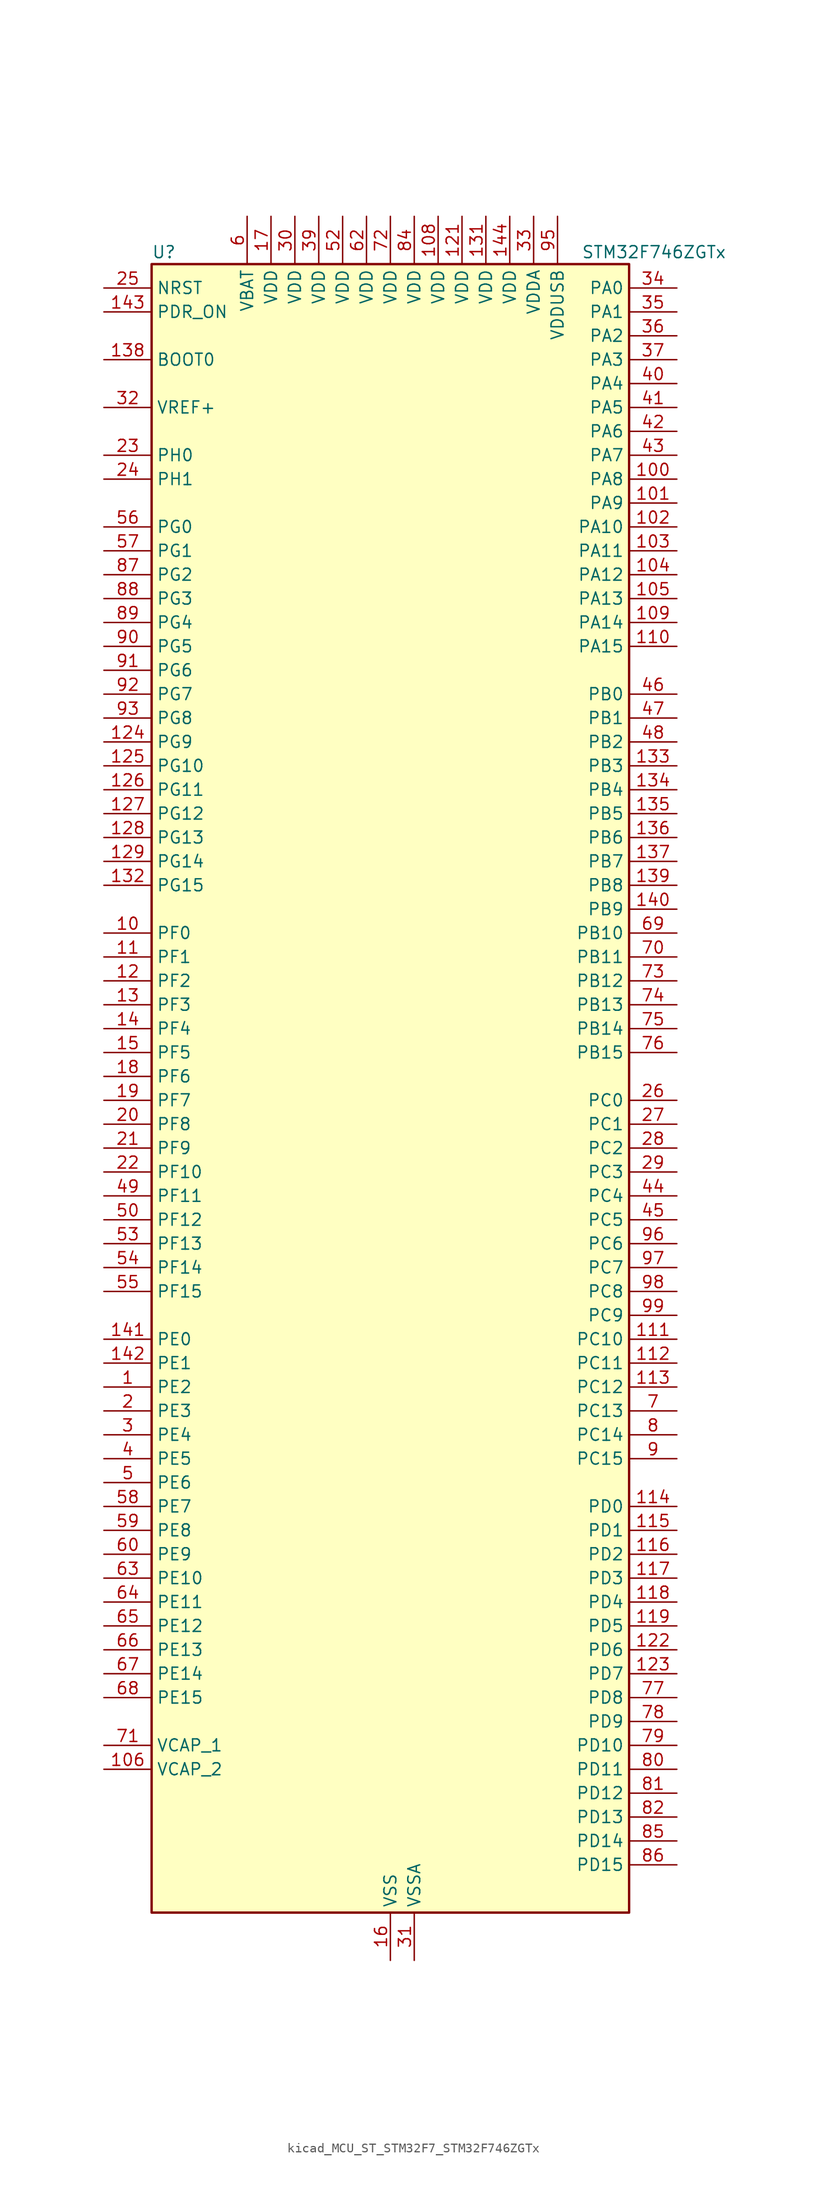
<source format=kicad_sym>
(kicad_symbol_lib
  (version 20220914)
  (generator kicad_symbol_editor)
  (symbol "kicad_MCU_ST_STM32F7_STM32F746ZGTx"
    (property "Reference" "U"
      (at -25.4 90.17 0)
      (effects (font (size 1.27 1.27)) (justify left)))
    (property "Value" "STM32F746ZGTx"
      (at 20.32 90.17 0)
      (effects (font (size 1.27 1.27)) (justify left)))
    (property "ki_locked" ""
      (at 0 0 0)
      (effects (font (size 1.27 1.27))))
    (symbol "kicad_MCU_ST_STM32F7_STM32F746ZGTx_0_1"
      (rectangle (start -25.4 -86.36) (end 25.4 88.9) (stroke (width 0.254) (type default)) (fill (type background))))
    (symbol "kicad_MCU_ST_STM32F7_STM32F746ZGTx_1_1"
      (pin bidirectional line (at -30.48 -30.48 0) (length 5.08) (name "PE2" (effects (font (size 1.27 1.27)))) (number "1" (effects (font (size 1.27 1.27)))) (alternate "ETH_TXD3" bidirectional line) (alternate "FMC_A23" bidirectional line) (alternate "QUADSPI_BK1_IO2" bidirectional line) (alternate "SAI1_MCLK_A" bidirectional line) (alternate "SPI4_SCK" bidirectional line) (alternate "SYS_TRACECLK" bidirectional line))
      (pin bidirectional line (at -30.48 17.78 0) (length 5.08) (name "PF0" (effects (font (size 1.27 1.27)))) (number "10" (effects (font (size 1.27 1.27)))) (alternate "FMC_A0" bidirectional line) (alternate "I2C2_SDA" bidirectional line))
      (pin bidirectional line (at 30.48 66.04 180) (length 5.08) (name "PA8" (effects (font (size 1.27 1.27)))) (number "100" (effects (font (size 1.27 1.27)))) (alternate "I2C3_SCL" bidirectional line) (alternate "LTDC_R6" bidirectional line) (alternate "RCC_MCO_1" bidirectional line) (alternate "TIM1_CH1" bidirectional line) (alternate "TIM8_BKIN2" bidirectional line) (alternate "USART1_CK" bidirectional line) (alternate "USB_OTG_FS_SOF" bidirectional line))
      (pin bidirectional line (at 30.48 63.5 180) (length 5.08) (name "PA9" (effects (font (size 1.27 1.27)))) (number "101" (effects (font (size 1.27 1.27)))) (alternate "DAC_EXTI9" bidirectional line) (alternate "DCMI_D0" bidirectional line) (alternate "I2C3_SMBA" bidirectional line) (alternate "I2S2_CK" bidirectional line) (alternate "SPI2_SCK" bidirectional line) (alternate "TIM1_CH2" bidirectional line) (alternate "USART1_TX" bidirectional line) (alternate "USB_OTG_FS_VBUS" bidirectional line))
      (pin bidirectional line (at 30.48 60.96 180) (length 5.08) (name "PA10" (effects (font (size 1.27 1.27)))) (number "102" (effects (font (size 1.27 1.27)))) (alternate "DCMI_D1" bidirectional line) (alternate "TIM1_CH3" bidirectional line) (alternate "USART1_RX" bidirectional line) (alternate "USB_OTG_FS_ID" bidirectional line))
      (pin bidirectional line (at 30.48 58.42 180) (length 5.08) (name "PA11" (effects (font (size 1.27 1.27)))) (number "103" (effects (font (size 1.27 1.27)))) (alternate "ADC1_EXTI11" bidirectional line) (alternate "ADC2_EXTI11" bidirectional line) (alternate "ADC3_EXTI11" bidirectional line) (alternate "CAN1_RX" bidirectional line) (alternate "LTDC_R4" bidirectional line) (alternate "TIM1_CH4" bidirectional line) (alternate "USART1_CTS" bidirectional line) (alternate "USB_OTG_FS_DM" bidirectional line))
      (pin bidirectional line (at 30.48 55.88 180) (length 5.08) (name "PA12" (effects (font (size 1.27 1.27)))) (number "104" (effects (font (size 1.27 1.27)))) (alternate "CAN1_TX" bidirectional line) (alternate "LTDC_R5" bidirectional line) (alternate "SAI2_FS_B" bidirectional line) (alternate "TIM1_ETR" bidirectional line) (alternate "USART1_DE" bidirectional line) (alternate "USART1_RTS" bidirectional line) (alternate "USB_OTG_FS_DP" bidirectional line))
      (pin bidirectional line (at 30.48 53.34 180) (length 5.08) (name "PA13" (effects (font (size 1.27 1.27)))) (number "105" (effects (font (size 1.27 1.27)))) (alternate "SYS_JTMS-SWDIO" bidirectional line))
      (pin power_out line (at -30.48 -71.12 0) (length 5.08) (name "VCAP_2" (effects (font (size 1.27 1.27)))) (number "106" (effects (font (size 1.27 1.27)))))
      (pin passive line (at 0 -91.44 90) (length 5.08) hide (name "VSS" (effects (font (size 1.27 1.27)))) (number "107" (effects (font (size 1.27 1.27)))))
      (pin power_in line (at 5.08 93.98 270) (length 5.08) (name "VDD" (effects (font (size 1.27 1.27)))) (number "108" (effects (font (size 1.27 1.27)))))
      (pin bidirectional line (at 30.48 50.8 180) (length 5.08) (name "PA14" (effects (font (size 1.27 1.27)))) (number "109" (effects (font (size 1.27 1.27)))) (alternate "SYS_JTCK-SWCLK" bidirectional line))
      (pin bidirectional line (at -30.48 15.24 0) (length 5.08) (name "PF1" (effects (font (size 1.27 1.27)))) (number "11" (effects (font (size 1.27 1.27)))) (alternate "FMC_A1" bidirectional line) (alternate "I2C2_SCL" bidirectional line))
      (pin bidirectional line (at 30.48 48.26 180) (length 5.08) (name "PA15" (effects (font (size 1.27 1.27)))) (number "110" (effects (font (size 1.27 1.27)))) (alternate "CEC" bidirectional line) (alternate "I2S1_WS" bidirectional line) (alternate "I2S3_WS" bidirectional line) (alternate "SPI1_NSS" bidirectional line) (alternate "SPI3_NSS" bidirectional line) (alternate "SYS_JTDI" bidirectional line) (alternate "TIM2_CH1" bidirectional line) (alternate "TIM2_ETR" bidirectional line) (alternate "UART4_DE" bidirectional line) (alternate "UART4_RTS" bidirectional line))
      (pin bidirectional line (at 30.48 -25.4 180) (length 5.08) (name "PC10" (effects (font (size 1.27 1.27)))) (number "111" (effects (font (size 1.27 1.27)))) (alternate "DCMI_D8" bidirectional line) (alternate "I2S3_CK" bidirectional line) (alternate "LTDC_R2" bidirectional line) (alternate "QUADSPI_BK1_IO1" bidirectional line) (alternate "SDMMC1_D2" bidirectional line) (alternate "SPI3_SCK" bidirectional line) (alternate "UART4_TX" bidirectional line) (alternate "USART3_TX" bidirectional line))
      (pin bidirectional line (at 30.48 -27.94 180) (length 5.08) (name "PC11" (effects (font (size 1.27 1.27)))) (number "112" (effects (font (size 1.27 1.27)))) (alternate "ADC1_EXTI11" bidirectional line) (alternate "ADC2_EXTI11" bidirectional line) (alternate "ADC3_EXTI11" bidirectional line) (alternate "DCMI_D4" bidirectional line) (alternate "QUADSPI_BK2_NCS" bidirectional line) (alternate "SDMMC1_D3" bidirectional line) (alternate "SPI3_MISO" bidirectional line) (alternate "UART4_RX" bidirectional line) (alternate "USART3_RX" bidirectional line))
      (pin bidirectional line (at 30.48 -30.48 180) (length 5.08) (name "PC12" (effects (font (size 1.27 1.27)))) (number "113" (effects (font (size 1.27 1.27)))) (alternate "DCMI_D9" bidirectional line) (alternate "I2S3_SD" bidirectional line) (alternate "SDMMC1_CK" bidirectional line) (alternate "SPI3_MOSI" bidirectional line) (alternate "SYS_TRACED3" bidirectional line) (alternate "UART5_TX" bidirectional line) (alternate "USART3_CK" bidirectional line))
      (pin bidirectional line (at 30.48 -43.18 180) (length 5.08) (name "PD0" (effects (font (size 1.27 1.27)))) (number "114" (effects (font (size 1.27 1.27)))) (alternate "CAN1_RX" bidirectional line) (alternate "FMC_D2" bidirectional line) (alternate "FMC_DA2" bidirectional line))
      (pin bidirectional line (at 30.48 -45.72 180) (length 5.08) (name "PD1" (effects (font (size 1.27 1.27)))) (number "115" (effects (font (size 1.27 1.27)))) (alternate "CAN1_TX" bidirectional line) (alternate "FMC_D3" bidirectional line) (alternate "FMC_DA3" bidirectional line))
      (pin bidirectional line (at 30.48 -48.26 180) (length 5.08) (name "PD2" (effects (font (size 1.27 1.27)))) (number "116" (effects (font (size 1.27 1.27)))) (alternate "DCMI_D11" bidirectional line) (alternate "SDMMC1_CMD" bidirectional line) (alternate "SYS_TRACED2" bidirectional line) (alternate "TIM3_ETR" bidirectional line) (alternate "UART5_RX" bidirectional line))
      (pin bidirectional line (at 30.48 -50.8 180) (length 5.08) (name "PD3" (effects (font (size 1.27 1.27)))) (number "117" (effects (font (size 1.27 1.27)))) (alternate "DCMI_D5" bidirectional line) (alternate "FMC_CLK" bidirectional line) (alternate "I2S2_CK" bidirectional line) (alternate "LTDC_G7" bidirectional line) (alternate "SPI2_SCK" bidirectional line) (alternate "USART2_CTS" bidirectional line))
      (pin bidirectional line (at 30.48 -53.34 180) (length 5.08) (name "PD4" (effects (font (size 1.27 1.27)))) (number "118" (effects (font (size 1.27 1.27)))) (alternate "FMC_NOE" bidirectional line) (alternate "USART2_DE" bidirectional line) (alternate "USART2_RTS" bidirectional line))
      (pin bidirectional line (at 30.48 -55.88 180) (length 5.08) (name "PD5" (effects (font (size 1.27 1.27)))) (number "119" (effects (font (size 1.27 1.27)))) (alternate "FMC_NWE" bidirectional line) (alternate "USART2_TX" bidirectional line))
      (pin bidirectional line (at -30.48 12.7 0) (length 5.08) (name "PF2" (effects (font (size 1.27 1.27)))) (number "12" (effects (font (size 1.27 1.27)))) (alternate "FMC_A2" bidirectional line) (alternate "I2C2_SMBA" bidirectional line))
      (pin passive line (at 0 -91.44 90) (length 5.08) hide (name "VSS" (effects (font (size 1.27 1.27)))) (number "120" (effects (font (size 1.27 1.27)))))
      (pin power_in line (at 7.62 93.98 270) (length 5.08) (name "VDD" (effects (font (size 1.27 1.27)))) (number "121" (effects (font (size 1.27 1.27)))))
      (pin bidirectional line (at 30.48 -58.42 180) (length 5.08) (name "PD6" (effects (font (size 1.27 1.27)))) (number "122" (effects (font (size 1.27 1.27)))) (alternate "DCMI_D10" bidirectional line) (alternate "FMC_NWAIT" bidirectional line) (alternate "I2S3_SD" bidirectional line) (alternate "LTDC_B2" bidirectional line) (alternate "SAI1_SD_A" bidirectional line) (alternate "SPI3_MOSI" bidirectional line) (alternate "USART2_RX" bidirectional line))
      (pin bidirectional line (at 30.48 -60.96 180) (length 5.08) (name "PD7" (effects (font (size 1.27 1.27)))) (number "123" (effects (font (size 1.27 1.27)))) (alternate "FMC_NE1" bidirectional line) (alternate "SPDIFRX_IN0" bidirectional line) (alternate "USART2_CK" bidirectional line))
      (pin bidirectional line (at -30.48 38.1 0) (length 5.08) (name "PG9" (effects (font (size 1.27 1.27)))) (number "124" (effects (font (size 1.27 1.27)))) (alternate "DAC_EXTI9" bidirectional line) (alternate "DCMI_VSYNC" bidirectional line) (alternate "FMC_NCE" bidirectional line) (alternate "FMC_NE2" bidirectional line) (alternate "QUADSPI_BK2_IO2" bidirectional line) (alternate "SAI2_FS_B" bidirectional line) (alternate "SPDIFRX_IN3" bidirectional line) (alternate "USART6_RX" bidirectional line))
      (pin bidirectional line (at -30.48 35.56 0) (length 5.08) (name "PG10" (effects (font (size 1.27 1.27)))) (number "125" (effects (font (size 1.27 1.27)))) (alternate "DCMI_D2" bidirectional line) (alternate "FMC_NE3" bidirectional line) (alternate "LTDC_B2" bidirectional line) (alternate "LTDC_G3" bidirectional line) (alternate "SAI2_SD_B" bidirectional line))
      (pin bidirectional line (at -30.48 33.02 0) (length 5.08) (name "PG11" (effects (font (size 1.27 1.27)))) (number "126" (effects (font (size 1.27 1.27)))) (alternate "ADC1_EXTI11" bidirectional line) (alternate "ADC2_EXTI11" bidirectional line) (alternate "ADC3_EXTI11" bidirectional line) (alternate "DCMI_D3" bidirectional line) (alternate "ETH_TX_EN" bidirectional line) (alternate "LTDC_B3" bidirectional line) (alternate "SPDIFRX_IN0" bidirectional line))
      (pin bidirectional line (at -30.48 30.48 0) (length 5.08) (name "PG12" (effects (font (size 1.27 1.27)))) (number "127" (effects (font (size 1.27 1.27)))) (alternate "FMC_NE4" bidirectional line) (alternate "LPTIM1_IN1" bidirectional line) (alternate "LTDC_B1" bidirectional line) (alternate "LTDC_B4" bidirectional line) (alternate "SPDIFRX_IN1" bidirectional line) (alternate "SPI6_MISO" bidirectional line) (alternate "USART6_DE" bidirectional line) (alternate "USART6_RTS" bidirectional line))
      (pin bidirectional line (at -30.48 27.94 0) (length 5.08) (name "PG13" (effects (font (size 1.27 1.27)))) (number "128" (effects (font (size 1.27 1.27)))) (alternate "ETH_TXD0" bidirectional line) (alternate "FMC_A24" bidirectional line) (alternate "LPTIM1_OUT" bidirectional line) (alternate "LTDC_R0" bidirectional line) (alternate "SPI6_SCK" bidirectional line) (alternate "SYS_TRACED0" bidirectional line) (alternate "USART6_CTS" bidirectional line))
      (pin bidirectional line (at -30.48 25.4 0) (length 5.08) (name "PG14" (effects (font (size 1.27 1.27)))) (number "129" (effects (font (size 1.27 1.27)))) (alternate "ETH_TXD1" bidirectional line) (alternate "FMC_A25" bidirectional line) (alternate "LPTIM1_ETR" bidirectional line) (alternate "LTDC_B0" bidirectional line) (alternate "QUADSPI_BK2_IO3" bidirectional line) (alternate "SPI6_MOSI" bidirectional line) (alternate "SYS_TRACED1" bidirectional line) (alternate "USART6_TX" bidirectional line))
      (pin bidirectional line (at -30.48 10.16 0) (length 5.08) (name "PF3" (effects (font (size 1.27 1.27)))) (number "13" (effects (font (size 1.27 1.27)))) (alternate "ADC3_IN9" bidirectional line) (alternate "FMC_A3" bidirectional line))
      (pin passive line (at 0 -91.44 90) (length 5.08) hide (name "VSS" (effects (font (size 1.27 1.27)))) (number "130" (effects (font (size 1.27 1.27)))))
      (pin power_in line (at 10.16 93.98 270) (length 5.08) (name "VDD" (effects (font (size 1.27 1.27)))) (number "131" (effects (font (size 1.27 1.27)))))
      (pin bidirectional line (at -30.48 22.86 0) (length 5.08) (name "PG15" (effects (font (size 1.27 1.27)))) (number "132" (effects (font (size 1.27 1.27)))) (alternate "DCMI_D13" bidirectional line) (alternate "FMC_SDNCAS" bidirectional line) (alternate "USART6_CTS" bidirectional line))
      (pin bidirectional line (at 30.48 35.56 180) (length 5.08) (name "PB3" (effects (font (size 1.27 1.27)))) (number "133" (effects (font (size 1.27 1.27)))) (alternate "I2S1_CK" bidirectional line) (alternate "I2S3_CK" bidirectional line) (alternate "SPI1_SCK" bidirectional line) (alternate "SPI3_SCK" bidirectional line) (alternate "SYS_JTDO-SWO" bidirectional line) (alternate "TIM2_CH2" bidirectional line))
      (pin bidirectional line (at 30.48 33.02 180) (length 5.08) (name "PB4" (effects (font (size 1.27 1.27)))) (number "134" (effects (font (size 1.27 1.27)))) (alternate "I2S2_WS" bidirectional line) (alternate "SPI1_MISO" bidirectional line) (alternate "SPI2_NSS" bidirectional line) (alternate "SPI3_MISO" bidirectional line) (alternate "SYS_JTRST" bidirectional line) (alternate "TIM3_CH1" bidirectional line))
      (pin bidirectional line (at 30.48 30.48 180) (length 5.08) (name "PB5" (effects (font (size 1.27 1.27)))) (number "135" (effects (font (size 1.27 1.27)))) (alternate "CAN2_RX" bidirectional line) (alternate "DCMI_D10" bidirectional line) (alternate "ETH_PPS_OUT" bidirectional line) (alternate "FMC_SDCKE1" bidirectional line) (alternate "I2C1_SMBA" bidirectional line) (alternate "I2S1_SD" bidirectional line) (alternate "I2S3_SD" bidirectional line) (alternate "SPI1_MOSI" bidirectional line) (alternate "SPI3_MOSI" bidirectional line) (alternate "TIM3_CH2" bidirectional line) (alternate "USB_OTG_HS_ULPI_D7" bidirectional line))
      (pin bidirectional line (at 30.48 27.94 180) (length 5.08) (name "PB6" (effects (font (size 1.27 1.27)))) (number "136" (effects (font (size 1.27 1.27)))) (alternate "CAN2_TX" bidirectional line) (alternate "CEC" bidirectional line) (alternate "DCMI_D5" bidirectional line) (alternate "FMC_SDNE1" bidirectional line) (alternate "I2C1_SCL" bidirectional line) (alternate "QUADSPI_BK1_NCS" bidirectional line) (alternate "TIM4_CH1" bidirectional line) (alternate "USART1_TX" bidirectional line))
      (pin bidirectional line (at 30.48 25.4 180) (length 5.08) (name "PB7" (effects (font (size 1.27 1.27)))) (number "137" (effects (font (size 1.27 1.27)))) (alternate "DCMI_VSYNC" bidirectional line) (alternate "FMC_NL" bidirectional line) (alternate "I2C1_SDA" bidirectional line) (alternate "TIM4_CH2" bidirectional line) (alternate "USART1_RX" bidirectional line))
      (pin input line (at -30.48 78.74 0) (length 5.08) (name "BOOT0" (effects (font (size 1.27 1.27)))) (number "138" (effects (font (size 1.27 1.27)))))
      (pin bidirectional line (at 30.48 22.86 180) (length 5.08) (name "PB8" (effects (font (size 1.27 1.27)))) (number "139" (effects (font (size 1.27 1.27)))) (alternate "CAN1_RX" bidirectional line) (alternate "DCMI_D6" bidirectional line) (alternate "ETH_TXD3" bidirectional line) (alternate "I2C1_SCL" bidirectional line) (alternate "LTDC_B6" bidirectional line) (alternate "SDMMC1_D4" bidirectional line) (alternate "TIM10_CH1" bidirectional line) (alternate "TIM4_CH3" bidirectional line))
      (pin bidirectional line (at -30.48 7.62 0) (length 5.08) (name "PF4" (effects (font (size 1.27 1.27)))) (number "14" (effects (font (size 1.27 1.27)))) (alternate "ADC3_IN14" bidirectional line) (alternate "FMC_A4" bidirectional line))
      (pin bidirectional line (at 30.48 20.32 180) (length 5.08) (name "PB9" (effects (font (size 1.27 1.27)))) (number "140" (effects (font (size 1.27 1.27)))) (alternate "CAN1_TX" bidirectional line) (alternate "DAC_EXTI9" bidirectional line) (alternate "DCMI_D7" bidirectional line) (alternate "I2C1_SDA" bidirectional line) (alternate "I2S2_WS" bidirectional line) (alternate "LTDC_B7" bidirectional line) (alternate "SDMMC1_D5" bidirectional line) (alternate "SPI2_NSS" bidirectional line) (alternate "TIM11_CH1" bidirectional line) (alternate "TIM4_CH4" bidirectional line))
      (pin bidirectional line (at -30.48 -25.4 0) (length 5.08) (name "PE0" (effects (font (size 1.27 1.27)))) (number "141" (effects (font (size 1.27 1.27)))) (alternate "DCMI_D2" bidirectional line) (alternate "FMC_NBL0" bidirectional line) (alternate "LPTIM1_ETR" bidirectional line) (alternate "SAI2_MCLK_A" bidirectional line) (alternate "TIM4_ETR" bidirectional line) (alternate "UART8_RX" bidirectional line))
      (pin bidirectional line (at -30.48 -27.94 0) (length 5.08) (name "PE1" (effects (font (size 1.27 1.27)))) (number "142" (effects (font (size 1.27 1.27)))) (alternate "DCMI_D3" bidirectional line) (alternate "FMC_NBL1" bidirectional line) (alternate "LPTIM1_IN2" bidirectional line) (alternate "UART8_TX" bidirectional line))
      (pin input line (at -30.48 83.82 0) (length 5.08) (name "PDR_ON" (effects (font (size 1.27 1.27)))) (number "143" (effects (font (size 1.27 1.27)))))
      (pin power_in line (at 12.7 93.98 270) (length 5.08) (name "VDD" (effects (font (size 1.27 1.27)))) (number "144" (effects (font (size 1.27 1.27)))))
      (pin bidirectional line (at -30.48 5.08 0) (length 5.08) (name "PF5" (effects (font (size 1.27 1.27)))) (number "15" (effects (font (size 1.27 1.27)))) (alternate "ADC3_IN15" bidirectional line) (alternate "FMC_A5" bidirectional line))
      (pin power_in line (at 0 -91.44 90) (length 5.08) (name "VSS" (effects (font (size 1.27 1.27)))) (number "16" (effects (font (size 1.27 1.27)))))
      (pin power_in line (at -12.7 93.98 270) (length 5.08) (name "VDD" (effects (font (size 1.27 1.27)))) (number "17" (effects (font (size 1.27 1.27)))))
      (pin bidirectional line (at -30.48 2.54 0) (length 5.08) (name "PF6" (effects (font (size 1.27 1.27)))) (number "18" (effects (font (size 1.27 1.27)))) (alternate "ADC3_IN4" bidirectional line) (alternate "QUADSPI_BK1_IO3" bidirectional line) (alternate "SAI1_SD_B" bidirectional line) (alternate "SPI5_NSS" bidirectional line) (alternate "TIM10_CH1" bidirectional line) (alternate "UART7_RX" bidirectional line))
      (pin bidirectional line (at -30.48 0 0) (length 5.08) (name "PF7" (effects (font (size 1.27 1.27)))) (number "19" (effects (font (size 1.27 1.27)))) (alternate "ADC3_IN5" bidirectional line) (alternate "QUADSPI_BK1_IO2" bidirectional line) (alternate "SAI1_MCLK_B" bidirectional line) (alternate "SPI5_SCK" bidirectional line) (alternate "TIM11_CH1" bidirectional line) (alternate "UART7_TX" bidirectional line))
      (pin bidirectional line (at -30.48 -33.02 0) (length 5.08) (name "PE3" (effects (font (size 1.27 1.27)))) (number "2" (effects (font (size 1.27 1.27)))) (alternate "FMC_A19" bidirectional line) (alternate "SAI1_SD_B" bidirectional line) (alternate "SYS_TRACED0" bidirectional line))
      (pin bidirectional line (at -30.48 -2.54 0) (length 5.08) (name "PF8" (effects (font (size 1.27 1.27)))) (number "20" (effects (font (size 1.27 1.27)))) (alternate "ADC3_IN6" bidirectional line) (alternate "QUADSPI_BK1_IO0" bidirectional line) (alternate "SAI1_SCK_B" bidirectional line) (alternate "SPI5_MISO" bidirectional line) (alternate "TIM13_CH1" bidirectional line) (alternate "UART7_DE" bidirectional line) (alternate "UART7_RTS" bidirectional line))
      (pin bidirectional line (at -30.48 -5.08 0) (length 5.08) (name "PF9" (effects (font (size 1.27 1.27)))) (number "21" (effects (font (size 1.27 1.27)))) (alternate "ADC3_IN7" bidirectional line) (alternate "DAC_EXTI9" bidirectional line) (alternate "QUADSPI_BK1_IO1" bidirectional line) (alternate "SAI1_FS_B" bidirectional line) (alternate "SPI5_MOSI" bidirectional line) (alternate "TIM14_CH1" bidirectional line) (alternate "UART7_CTS" bidirectional line))
      (pin bidirectional line (at -30.48 -7.62 0) (length 5.08) (name "PF10" (effects (font (size 1.27 1.27)))) (number "22" (effects (font (size 1.27 1.27)))) (alternate "ADC3_IN8" bidirectional line) (alternate "DCMI_D11" bidirectional line) (alternate "LTDC_DE" bidirectional line))
      (pin bidirectional line (at -30.48 68.58 0) (length 5.08) (name "PH0" (effects (font (size 1.27 1.27)))) (number "23" (effects (font (size 1.27 1.27)))) (alternate "RCC_OSC_IN" bidirectional line))
      (pin bidirectional line (at -30.48 66.04 0) (length 5.08) (name "PH1" (effects (font (size 1.27 1.27)))) (number "24" (effects (font (size 1.27 1.27)))) (alternate "RCC_OSC_OUT" bidirectional line))
      (pin input line (at -30.48 86.36 0) (length 5.08) (name "NRST" (effects (font (size 1.27 1.27)))) (number "25" (effects (font (size 1.27 1.27)))))
      (pin bidirectional line (at 30.48 0 180) (length 5.08) (name "PC0" (effects (font (size 1.27 1.27)))) (number "26" (effects (font (size 1.27 1.27)))) (alternate "ADC1_IN10" bidirectional line) (alternate "ADC2_IN10" bidirectional line) (alternate "ADC3_IN10" bidirectional line) (alternate "FMC_SDNWE" bidirectional line) (alternate "LTDC_R5" bidirectional line) (alternate "SAI2_FS_B" bidirectional line) (alternate "USB_OTG_HS_ULPI_STP" bidirectional line))
      (pin bidirectional line (at 30.48 -2.54 180) (length 5.08) (name "PC1" (effects (font (size 1.27 1.27)))) (number "27" (effects (font (size 1.27 1.27)))) (alternate "ADC1_IN11" bidirectional line) (alternate "ADC2_IN11" bidirectional line) (alternate "ADC3_IN11" bidirectional line) (alternate "ETH_MDC" bidirectional line) (alternate "I2S2_SD" bidirectional line) (alternate "RTC_TAMP3" bidirectional line) (alternate "RTC_TS" bidirectional line) (alternate "SAI1_SD_A" bidirectional line) (alternate "SPI2_MOSI" bidirectional line) (alternate "SYS_TRACED0" bidirectional line) (alternate "SYS_WKUP3" bidirectional line))
      (pin bidirectional line (at 30.48 -5.08 180) (length 5.08) (name "PC2" (effects (font (size 1.27 1.27)))) (number "28" (effects (font (size 1.27 1.27)))) (alternate "ADC1_IN12" bidirectional line) (alternate "ADC2_IN12" bidirectional line) (alternate "ADC3_IN12" bidirectional line) (alternate "ETH_TXD2" bidirectional line) (alternate "FMC_SDNE0" bidirectional line) (alternate "SPI2_MISO" bidirectional line) (alternate "USB_OTG_HS_ULPI_DIR" bidirectional line))
      (pin bidirectional line (at 30.48 -7.62 180) (length 5.08) (name "PC3" (effects (font (size 1.27 1.27)))) (number "29" (effects (font (size 1.27 1.27)))) (alternate "ADC1_IN13" bidirectional line) (alternate "ADC2_IN13" bidirectional line) (alternate "ADC3_IN13" bidirectional line) (alternate "ETH_TX_CLK" bidirectional line) (alternate "FMC_SDCKE0" bidirectional line) (alternate "I2S2_SD" bidirectional line) (alternate "SPI2_MOSI" bidirectional line) (alternate "USB_OTG_HS_ULPI_NXT" bidirectional line))
      (pin bidirectional line (at -30.48 -35.56 0) (length 5.08) (name "PE4" (effects (font (size 1.27 1.27)))) (number "3" (effects (font (size 1.27 1.27)))) (alternate "DCMI_D4" bidirectional line) (alternate "FMC_A20" bidirectional line) (alternate "LTDC_B0" bidirectional line) (alternate "SAI1_FS_A" bidirectional line) (alternate "SPI4_NSS" bidirectional line) (alternate "SYS_TRACED1" bidirectional line))
      (pin power_in line (at -10.16 93.98 270) (length 5.08) (name "VDD" (effects (font (size 1.27 1.27)))) (number "30" (effects (font (size 1.27 1.27)))))
      (pin power_in line (at 2.54 -91.44 90) (length 5.08) (name "VSSA" (effects (font (size 1.27 1.27)))) (number "31" (effects (font (size 1.27 1.27)))))
      (pin input line (at -30.48 73.66 0) (length 5.08) (name "VREF+" (effects (font (size 1.27 1.27)))) (number "32" (effects (font (size 1.27 1.27)))))
      (pin power_in line (at 15.24 93.98 270) (length 5.08) (name "VDDA" (effects (font (size 1.27 1.27)))) (number "33" (effects (font (size 1.27 1.27)))))
      (pin bidirectional line (at 30.48 86.36 180) (length 5.08) (name "PA0" (effects (font (size 1.27 1.27)))) (number "34" (effects (font (size 1.27 1.27)))) (alternate "ADC1_IN0" bidirectional line) (alternate "ADC2_IN0" bidirectional line) (alternate "ADC3_IN0" bidirectional line) (alternate "ETH_CRS" bidirectional line) (alternate "SAI2_SD_B" bidirectional line) (alternate "SYS_WKUP1" bidirectional line) (alternate "TIM2_CH1" bidirectional line) (alternate "TIM2_ETR" bidirectional line) (alternate "TIM5_CH1" bidirectional line) (alternate "TIM8_ETR" bidirectional line) (alternate "UART4_TX" bidirectional line) (alternate "USART2_CTS" bidirectional line))
      (pin bidirectional line (at 30.48 83.82 180) (length 5.08) (name "PA1" (effects (font (size 1.27 1.27)))) (number "35" (effects (font (size 1.27 1.27)))) (alternate "ADC1_IN1" bidirectional line) (alternate "ADC2_IN1" bidirectional line) (alternate "ADC3_IN1" bidirectional line) (alternate "ETH_REF_CLK" bidirectional line) (alternate "ETH_RX_CLK" bidirectional line) (alternate "LTDC_R2" bidirectional line) (alternate "QUADSPI_BK1_IO3" bidirectional line) (alternate "SAI2_MCLK_B" bidirectional line) (alternate "TIM2_CH2" bidirectional line) (alternate "TIM5_CH2" bidirectional line) (alternate "UART4_RX" bidirectional line) (alternate "USART2_DE" bidirectional line) (alternate "USART2_RTS" bidirectional line))
      (pin bidirectional line (at 30.48 81.28 180) (length 5.08) (name "PA2" (effects (font (size 1.27 1.27)))) (number "36" (effects (font (size 1.27 1.27)))) (alternate "ADC1_IN2" bidirectional line) (alternate "ADC2_IN2" bidirectional line) (alternate "ADC3_IN2" bidirectional line) (alternate "ETH_MDIO" bidirectional line) (alternate "LTDC_R1" bidirectional line) (alternate "SAI2_SCK_B" bidirectional line) (alternate "SYS_WKUP2" bidirectional line) (alternate "TIM2_CH3" bidirectional line) (alternate "TIM5_CH3" bidirectional line) (alternate "TIM9_CH1" bidirectional line) (alternate "USART2_TX" bidirectional line))
      (pin bidirectional line (at 30.48 78.74 180) (length 5.08) (name "PA3" (effects (font (size 1.27 1.27)))) (number "37" (effects (font (size 1.27 1.27)))) (alternate "ADC1_IN3" bidirectional line) (alternate "ADC2_IN3" bidirectional line) (alternate "ADC3_IN3" bidirectional line) (alternate "ETH_COL" bidirectional line) (alternate "LTDC_B5" bidirectional line) (alternate "TIM2_CH4" bidirectional line) (alternate "TIM5_CH4" bidirectional line) (alternate "TIM9_CH2" bidirectional line) (alternate "USART2_RX" bidirectional line) (alternate "USB_OTG_HS_ULPI_D0" bidirectional line))
      (pin passive line (at 0 -91.44 90) (length 5.08) hide (name "VSS" (effects (font (size 1.27 1.27)))) (number "38" (effects (font (size 1.27 1.27)))))
      (pin power_in line (at -7.62 93.98 270) (length 5.08) (name "VDD" (effects (font (size 1.27 1.27)))) (number "39" (effects (font (size 1.27 1.27)))))
      (pin bidirectional line (at -30.48 -38.1 0) (length 5.08) (name "PE5" (effects (font (size 1.27 1.27)))) (number "4" (effects (font (size 1.27 1.27)))) (alternate "DCMI_D6" bidirectional line) (alternate "FMC_A21" bidirectional line) (alternate "LTDC_G0" bidirectional line) (alternate "SAI1_SCK_A" bidirectional line) (alternate "SPI4_MISO" bidirectional line) (alternate "SYS_TRACED2" bidirectional line) (alternate "TIM9_CH1" bidirectional line))
      (pin bidirectional line (at 30.48 76.2 180) (length 5.08) (name "PA4" (effects (font (size 1.27 1.27)))) (number "40" (effects (font (size 1.27 1.27)))) (alternate "ADC1_IN4" bidirectional line) (alternate "ADC2_IN4" bidirectional line) (alternate "DAC_OUT1" bidirectional line) (alternate "DCMI_HSYNC" bidirectional line) (alternate "I2S1_WS" bidirectional line) (alternate "I2S3_WS" bidirectional line) (alternate "LTDC_VSYNC" bidirectional line) (alternate "SPI1_NSS" bidirectional line) (alternate "SPI3_NSS" bidirectional line) (alternate "USART2_CK" bidirectional line) (alternate "USB_OTG_HS_SOF" bidirectional line))
      (pin bidirectional line (at 30.48 73.66 180) (length 5.08) (name "PA5" (effects (font (size 1.27 1.27)))) (number "41" (effects (font (size 1.27 1.27)))) (alternate "ADC1_IN5" bidirectional line) (alternate "ADC2_IN5" bidirectional line) (alternate "DAC_OUT2" bidirectional line) (alternate "I2S1_CK" bidirectional line) (alternate "LTDC_R4" bidirectional line) (alternate "SPI1_SCK" bidirectional line) (alternate "TIM2_CH1" bidirectional line) (alternate "TIM2_ETR" bidirectional line) (alternate "TIM8_CH1N" bidirectional line) (alternate "USB_OTG_HS_ULPI_CK" bidirectional line))
      (pin bidirectional line (at 30.48 71.12 180) (length 5.08) (name "PA6" (effects (font (size 1.27 1.27)))) (number "42" (effects (font (size 1.27 1.27)))) (alternate "ADC1_IN6" bidirectional line) (alternate "ADC2_IN6" bidirectional line) (alternate "DCMI_PIXCLK" bidirectional line) (alternate "LTDC_G2" bidirectional line) (alternate "SPI1_MISO" bidirectional line) (alternate "TIM13_CH1" bidirectional line) (alternate "TIM1_BKIN" bidirectional line) (alternate "TIM3_CH1" bidirectional line) (alternate "TIM8_BKIN" bidirectional line))
      (pin bidirectional line (at 30.48 68.58 180) (length 5.08) (name "PA7" (effects (font (size 1.27 1.27)))) (number "43" (effects (font (size 1.27 1.27)))) (alternate "ADC1_IN7" bidirectional line) (alternate "ADC2_IN7" bidirectional line) (alternate "ETH_CRS_DV" bidirectional line) (alternate "ETH_RX_DV" bidirectional line) (alternate "FMC_SDNWE" bidirectional line) (alternate "I2S1_SD" bidirectional line) (alternate "SPI1_MOSI" bidirectional line) (alternate "TIM14_CH1" bidirectional line) (alternate "TIM1_CH1N" bidirectional line) (alternate "TIM3_CH2" bidirectional line) (alternate "TIM8_CH1N" bidirectional line))
      (pin bidirectional line (at 30.48 -10.16 180) (length 5.08) (name "PC4" (effects (font (size 1.27 1.27)))) (number "44" (effects (font (size 1.27 1.27)))) (alternate "ADC1_IN14" bidirectional line) (alternate "ADC2_IN14" bidirectional line) (alternate "ETH_RXD0" bidirectional line) (alternate "FMC_SDNE0" bidirectional line) (alternate "I2S1_MCK" bidirectional line) (alternate "SPDIFRX_IN2" bidirectional line))
      (pin bidirectional line (at 30.48 -12.7 180) (length 5.08) (name "PC5" (effects (font (size 1.27 1.27)))) (number "45" (effects (font (size 1.27 1.27)))) (alternate "ADC1_IN15" bidirectional line) (alternate "ADC2_IN15" bidirectional line) (alternate "ETH_RXD1" bidirectional line) (alternate "FMC_SDCKE0" bidirectional line) (alternate "SPDIFRX_IN3" bidirectional line))
      (pin bidirectional line (at 30.48 43.18 180) (length 5.08) (name "PB0" (effects (font (size 1.27 1.27)))) (number "46" (effects (font (size 1.27 1.27)))) (alternate "ADC1_IN8" bidirectional line) (alternate "ADC2_IN8" bidirectional line) (alternate "ETH_RXD2" bidirectional line) (alternate "LTDC_R3" bidirectional line) (alternate "TIM1_CH2N" bidirectional line) (alternate "TIM3_CH3" bidirectional line) (alternate "TIM8_CH2N" bidirectional line) (alternate "UART4_CTS" bidirectional line) (alternate "USB_OTG_HS_ULPI_D1" bidirectional line))
      (pin bidirectional line (at 30.48 40.64 180) (length 5.08) (name "PB1" (effects (font (size 1.27 1.27)))) (number "47" (effects (font (size 1.27 1.27)))) (alternate "ADC1_IN9" bidirectional line) (alternate "ADC2_IN9" bidirectional line) (alternate "ETH_RXD3" bidirectional line) (alternate "LTDC_R6" bidirectional line) (alternate "TIM1_CH3N" bidirectional line) (alternate "TIM3_CH4" bidirectional line) (alternate "TIM8_CH3N" bidirectional line) (alternate "USB_OTG_HS_ULPI_D2" bidirectional line))
      (pin bidirectional line (at 30.48 38.1 180) (length 5.08) (name "PB2" (effects (font (size 1.27 1.27)))) (number "48" (effects (font (size 1.27 1.27)))) (alternate "I2S3_SD" bidirectional line) (alternate "QUADSPI_CLK" bidirectional line) (alternate "SAI1_SD_A" bidirectional line) (alternate "SPI3_MOSI" bidirectional line))
      (pin bidirectional line (at -30.48 -10.16 0) (length 5.08) (name "PF11" (effects (font (size 1.27 1.27)))) (number "49" (effects (font (size 1.27 1.27)))) (alternate "ADC1_EXTI11" bidirectional line) (alternate "ADC2_EXTI11" bidirectional line) (alternate "ADC3_EXTI11" bidirectional line) (alternate "DCMI_D12" bidirectional line) (alternate "FMC_SDNRAS" bidirectional line) (alternate "SAI2_SD_B" bidirectional line) (alternate "SPI5_MOSI" bidirectional line))
      (pin bidirectional line (at -30.48 -40.64 0) (length 5.08) (name "PE6" (effects (font (size 1.27 1.27)))) (number "5" (effects (font (size 1.27 1.27)))) (alternate "DCMI_D7" bidirectional line) (alternate "FMC_A22" bidirectional line) (alternate "LTDC_G1" bidirectional line) (alternate "SAI1_SD_A" bidirectional line) (alternate "SAI2_MCLK_B" bidirectional line) (alternate "SPI4_MOSI" bidirectional line) (alternate "SYS_TRACED3" bidirectional line) (alternate "TIM1_BKIN2" bidirectional line) (alternate "TIM9_CH2" bidirectional line))
      (pin bidirectional line (at -30.48 -12.7 0) (length 5.08) (name "PF12" (effects (font (size 1.27 1.27)))) (number "50" (effects (font (size 1.27 1.27)))) (alternate "FMC_A6" bidirectional line))
      (pin passive line (at 0 -91.44 90) (length 5.08) hide (name "VSS" (effects (font (size 1.27 1.27)))) (number "51" (effects (font (size 1.27 1.27)))))
      (pin power_in line (at -5.08 93.98 270) (length 5.08) (name "VDD" (effects (font (size 1.27 1.27)))) (number "52" (effects (font (size 1.27 1.27)))))
      (pin bidirectional line (at -30.48 -15.24 0) (length 5.08) (name "PF13" (effects (font (size 1.27 1.27)))) (number "53" (effects (font (size 1.27 1.27)))) (alternate "FMC_A7" bidirectional line) (alternate "I2C4_SMBA" bidirectional line))
      (pin bidirectional line (at -30.48 -17.78 0) (length 5.08) (name "PF14" (effects (font (size 1.27 1.27)))) (number "54" (effects (font (size 1.27 1.27)))) (alternate "FMC_A8" bidirectional line) (alternate "I2C4_SCL" bidirectional line))
      (pin bidirectional line (at -30.48 -20.32 0) (length 5.08) (name "PF15" (effects (font (size 1.27 1.27)))) (number "55" (effects (font (size 1.27 1.27)))) (alternate "FMC_A9" bidirectional line) (alternate "I2C4_SDA" bidirectional line))
      (pin bidirectional line (at -30.48 60.96 0) (length 5.08) (name "PG0" (effects (font (size 1.27 1.27)))) (number "56" (effects (font (size 1.27 1.27)))) (alternate "FMC_A10" bidirectional line))
      (pin bidirectional line (at -30.48 58.42 0) (length 5.08) (name "PG1" (effects (font (size 1.27 1.27)))) (number "57" (effects (font (size 1.27 1.27)))) (alternate "FMC_A11" bidirectional line))
      (pin bidirectional line (at -30.48 -43.18 0) (length 5.08) (name "PE7" (effects (font (size 1.27 1.27)))) (number "58" (effects (font (size 1.27 1.27)))) (alternate "FMC_D4" bidirectional line) (alternate "FMC_DA4" bidirectional line) (alternate "QUADSPI_BK2_IO0" bidirectional line) (alternate "TIM1_ETR" bidirectional line) (alternate "UART7_RX" bidirectional line))
      (pin bidirectional line (at -30.48 -45.72 0) (length 5.08) (name "PE8" (effects (font (size 1.27 1.27)))) (number "59" (effects (font (size 1.27 1.27)))) (alternate "FMC_D5" bidirectional line) (alternate "FMC_DA5" bidirectional line) (alternate "QUADSPI_BK2_IO1" bidirectional line) (alternate "TIM1_CH1N" bidirectional line) (alternate "UART7_TX" bidirectional line))
      (pin power_in line (at -15.24 93.98 270) (length 5.08) (name "VBAT" (effects (font (size 1.27 1.27)))) (number "6" (effects (font (size 1.27 1.27)))))
      (pin bidirectional line (at -30.48 -48.26 0) (length 5.08) (name "PE9" (effects (font (size 1.27 1.27)))) (number "60" (effects (font (size 1.27 1.27)))) (alternate "DAC_EXTI9" bidirectional line) (alternate "FMC_D6" bidirectional line) (alternate "FMC_DA6" bidirectional line) (alternate "QUADSPI_BK2_IO2" bidirectional line) (alternate "TIM1_CH1" bidirectional line) (alternate "UART7_DE" bidirectional line) (alternate "UART7_RTS" bidirectional line))
      (pin passive line (at 0 -91.44 90) (length 5.08) hide (name "VSS" (effects (font (size 1.27 1.27)))) (number "61" (effects (font (size 1.27 1.27)))))
      (pin power_in line (at -2.54 93.98 270) (length 5.08) (name "VDD" (effects (font (size 1.27 1.27)))) (number "62" (effects (font (size 1.27 1.27)))))
      (pin bidirectional line (at -30.48 -50.8 0) (length 5.08) (name "PE10" (effects (font (size 1.27 1.27)))) (number "63" (effects (font (size 1.27 1.27)))) (alternate "FMC_D7" bidirectional line) (alternate "FMC_DA7" bidirectional line) (alternate "QUADSPI_BK2_IO3" bidirectional line) (alternate "TIM1_CH2N" bidirectional line) (alternate "UART7_CTS" bidirectional line))
      (pin bidirectional line (at -30.48 -53.34 0) (length 5.08) (name "PE11" (effects (font (size 1.27 1.27)))) (number "64" (effects (font (size 1.27 1.27)))) (alternate "ADC1_EXTI11" bidirectional line) (alternate "ADC2_EXTI11" bidirectional line) (alternate "ADC3_EXTI11" bidirectional line) (alternate "FMC_D8" bidirectional line) (alternate "FMC_DA8" bidirectional line) (alternate "LTDC_G3" bidirectional line) (alternate "SAI2_SD_B" bidirectional line) (alternate "SPI4_NSS" bidirectional line) (alternate "TIM1_CH2" bidirectional line))
      (pin bidirectional line (at -30.48 -55.88 0) (length 5.08) (name "PE12" (effects (font (size 1.27 1.27)))) (number "65" (effects (font (size 1.27 1.27)))) (alternate "FMC_D9" bidirectional line) (alternate "FMC_DA9" bidirectional line) (alternate "LTDC_B4" bidirectional line) (alternate "SAI2_SCK_B" bidirectional line) (alternate "SPI4_SCK" bidirectional line) (alternate "TIM1_CH3N" bidirectional line))
      (pin bidirectional line (at -30.48 -58.42 0) (length 5.08) (name "PE13" (effects (font (size 1.27 1.27)))) (number "66" (effects (font (size 1.27 1.27)))) (alternate "FMC_D10" bidirectional line) (alternate "FMC_DA10" bidirectional line) (alternate "LTDC_DE" bidirectional line) (alternate "SAI2_FS_B" bidirectional line) (alternate "SPI4_MISO" bidirectional line) (alternate "TIM1_CH3" bidirectional line))
      (pin bidirectional line (at -30.48 -60.96 0) (length 5.08) (name "PE14" (effects (font (size 1.27 1.27)))) (number "67" (effects (font (size 1.27 1.27)))) (alternate "FMC_D11" bidirectional line) (alternate "FMC_DA11" bidirectional line) (alternate "LTDC_CLK" bidirectional line) (alternate "SAI2_MCLK_B" bidirectional line) (alternate "SPI4_MOSI" bidirectional line) (alternate "TIM1_CH4" bidirectional line))
      (pin bidirectional line (at -30.48 -63.5 0) (length 5.08) (name "PE15" (effects (font (size 1.27 1.27)))) (number "68" (effects (font (size 1.27 1.27)))) (alternate "FMC_D12" bidirectional line) (alternate "FMC_DA12" bidirectional line) (alternate "LTDC_R7" bidirectional line) (alternate "TIM1_BKIN" bidirectional line))
      (pin bidirectional line (at 30.48 17.78 180) (length 5.08) (name "PB10" (effects (font (size 1.27 1.27)))) (number "69" (effects (font (size 1.27 1.27)))) (alternate "ETH_RX_ER" bidirectional line) (alternate "I2C2_SCL" bidirectional line) (alternate "I2S2_CK" bidirectional line) (alternate "LTDC_G4" bidirectional line) (alternate "SPI2_SCK" bidirectional line) (alternate "TIM2_CH3" bidirectional line) (alternate "USART3_TX" bidirectional line) (alternate "USB_OTG_HS_ULPI_D3" bidirectional line))
      (pin bidirectional line (at 30.48 -33.02 180) (length 5.08) (name "PC13" (effects (font (size 1.27 1.27)))) (number "7" (effects (font (size 1.27 1.27)))) (alternate "RTC_OUT" bidirectional line) (alternate "RTC_TAMP1" bidirectional line) (alternate "RTC_TS" bidirectional line) (alternate "SYS_WKUP4" bidirectional line))
      (pin bidirectional line (at 30.48 15.24 180) (length 5.08) (name "PB11" (effects (font (size 1.27 1.27)))) (number "70" (effects (font (size 1.27 1.27)))) (alternate "ADC1_EXTI11" bidirectional line) (alternate "ADC2_EXTI11" bidirectional line) (alternate "ADC3_EXTI11" bidirectional line) (alternate "ETH_TX_EN" bidirectional line) (alternate "I2C2_SDA" bidirectional line) (alternate "LTDC_G5" bidirectional line) (alternate "TIM2_CH4" bidirectional line) (alternate "USART3_RX" bidirectional line) (alternate "USB_OTG_HS_ULPI_D4" bidirectional line))
      (pin power_out line (at -30.48 -68.58 0) (length 5.08) (name "VCAP_1" (effects (font (size 1.27 1.27)))) (number "71" (effects (font (size 1.27 1.27)))))
      (pin power_in line (at 0 93.98 270) (length 5.08) (name "VDD" (effects (font (size 1.27 1.27)))) (number "72" (effects (font (size 1.27 1.27)))))
      (pin bidirectional line (at 30.48 12.7 180) (length 5.08) (name "PB12" (effects (font (size 1.27 1.27)))) (number "73" (effects (font (size 1.27 1.27)))) (alternate "CAN2_RX" bidirectional line) (alternate "ETH_TXD0" bidirectional line) (alternate "I2C2_SMBA" bidirectional line) (alternate "I2S2_WS" bidirectional line) (alternate "SPI2_NSS" bidirectional line) (alternate "TIM1_BKIN" bidirectional line) (alternate "USART3_CK" bidirectional line) (alternate "USB_OTG_HS_ID" bidirectional line) (alternate "USB_OTG_HS_ULPI_D5" bidirectional line))
      (pin bidirectional line (at 30.48 10.16 180) (length 5.08) (name "PB13" (effects (font (size 1.27 1.27)))) (number "74" (effects (font (size 1.27 1.27)))) (alternate "CAN2_TX" bidirectional line) (alternate "ETH_TXD1" bidirectional line) (alternate "I2S2_CK" bidirectional line) (alternate "SPI2_SCK" bidirectional line) (alternate "TIM1_CH1N" bidirectional line) (alternate "USART3_CTS" bidirectional line) (alternate "USB_OTG_HS_ULPI_D6" bidirectional line) (alternate "USB_OTG_HS_VBUS" bidirectional line))
      (pin bidirectional line (at 30.48 7.62 180) (length 5.08) (name "PB14" (effects (font (size 1.27 1.27)))) (number "75" (effects (font (size 1.27 1.27)))) (alternate "SPI2_MISO" bidirectional line) (alternate "TIM12_CH1" bidirectional line) (alternate "TIM1_CH2N" bidirectional line) (alternate "TIM8_CH2N" bidirectional line) (alternate "USART3_DE" bidirectional line) (alternate "USART3_RTS" bidirectional line) (alternate "USB_OTG_HS_DM" bidirectional line))
      (pin bidirectional line (at 30.48 5.08 180) (length 5.08) (name "PB15" (effects (font (size 1.27 1.27)))) (number "76" (effects (font (size 1.27 1.27)))) (alternate "I2S2_SD" bidirectional line) (alternate "RTC_REFIN" bidirectional line) (alternate "SPI2_MOSI" bidirectional line) (alternate "TIM12_CH2" bidirectional line) (alternate "TIM1_CH3N" bidirectional line) (alternate "TIM8_CH3N" bidirectional line) (alternate "USB_OTG_HS_DP" bidirectional line))
      (pin bidirectional line (at 30.48 -63.5 180) (length 5.08) (name "PD8" (effects (font (size 1.27 1.27)))) (number "77" (effects (font (size 1.27 1.27)))) (alternate "FMC_D13" bidirectional line) (alternate "FMC_DA13" bidirectional line) (alternate "SPDIFRX_IN1" bidirectional line) (alternate "USART3_TX" bidirectional line))
      (pin bidirectional line (at 30.48 -66.04 180) (length 5.08) (name "PD9" (effects (font (size 1.27 1.27)))) (number "78" (effects (font (size 1.27 1.27)))) (alternate "DAC_EXTI9" bidirectional line) (alternate "FMC_D14" bidirectional line) (alternate "FMC_DA14" bidirectional line) (alternate "USART3_RX" bidirectional line))
      (pin bidirectional line (at 30.48 -68.58 180) (length 5.08) (name "PD10" (effects (font (size 1.27 1.27)))) (number "79" (effects (font (size 1.27 1.27)))) (alternate "FMC_D15" bidirectional line) (alternate "FMC_DA15" bidirectional line) (alternate "LTDC_B3" bidirectional line) (alternate "USART3_CK" bidirectional line))
      (pin bidirectional line (at 30.48 -35.56 180) (length 5.08) (name "PC14" (effects (font (size 1.27 1.27)))) (number "8" (effects (font (size 1.27 1.27)))) (alternate "RCC_OSC32_IN" bidirectional line))
      (pin bidirectional line (at 30.48 -71.12 180) (length 5.08) (name "PD11" (effects (font (size 1.27 1.27)))) (number "80" (effects (font (size 1.27 1.27)))) (alternate "ADC1_EXTI11" bidirectional line) (alternate "ADC2_EXTI11" bidirectional line) (alternate "ADC3_EXTI11" bidirectional line) (alternate "FMC_A16" bidirectional line) (alternate "FMC_CLE" bidirectional line) (alternate "I2C4_SMBA" bidirectional line) (alternate "QUADSPI_BK1_IO0" bidirectional line) (alternate "SAI2_SD_A" bidirectional line) (alternate "USART3_CTS" bidirectional line))
      (pin bidirectional line (at 30.48 -73.66 180) (length 5.08) (name "PD12" (effects (font (size 1.27 1.27)))) (number "81" (effects (font (size 1.27 1.27)))) (alternate "FMC_A17" bidirectional line) (alternate "FMC_ALE" bidirectional line) (alternate "I2C4_SCL" bidirectional line) (alternate "LPTIM1_IN1" bidirectional line) (alternate "QUADSPI_BK1_IO1" bidirectional line) (alternate "SAI2_FS_A" bidirectional line) (alternate "TIM4_CH1" bidirectional line) (alternate "USART3_DE" bidirectional line) (alternate "USART3_RTS" bidirectional line))
      (pin bidirectional line (at 30.48 -76.2 180) (length 5.08) (name "PD13" (effects (font (size 1.27 1.27)))) (number "82" (effects (font (size 1.27 1.27)))) (alternate "FMC_A18" bidirectional line) (alternate "I2C4_SDA" bidirectional line) (alternate "LPTIM1_OUT" bidirectional line) (alternate "QUADSPI_BK1_IO3" bidirectional line) (alternate "SAI2_SCK_A" bidirectional line) (alternate "TIM4_CH2" bidirectional line))
      (pin passive line (at 0 -91.44 90) (length 5.08) hide (name "VSS" (effects (font (size 1.27 1.27)))) (number "83" (effects (font (size 1.27 1.27)))))
      (pin power_in line (at 2.54 93.98 270) (length 5.08) (name "VDD" (effects (font (size 1.27 1.27)))) (number "84" (effects (font (size 1.27 1.27)))))
      (pin bidirectional line (at 30.48 -78.74 180) (length 5.08) (name "PD14" (effects (font (size 1.27 1.27)))) (number "85" (effects (font (size 1.27 1.27)))) (alternate "FMC_D0" bidirectional line) (alternate "FMC_DA0" bidirectional line) (alternate "TIM4_CH3" bidirectional line) (alternate "UART8_CTS" bidirectional line))
      (pin bidirectional line (at 30.48 -81.28 180) (length 5.08) (name "PD15" (effects (font (size 1.27 1.27)))) (number "86" (effects (font (size 1.27 1.27)))) (alternate "FMC_D1" bidirectional line) (alternate "FMC_DA1" bidirectional line) (alternate "TIM4_CH4" bidirectional line) (alternate "UART8_DE" bidirectional line) (alternate "UART8_RTS" bidirectional line))
      (pin bidirectional line (at -30.48 55.88 0) (length 5.08) (name "PG2" (effects (font (size 1.27 1.27)))) (number "87" (effects (font (size 1.27 1.27)))) (alternate "FMC_A12" bidirectional line))
      (pin bidirectional line (at -30.48 53.34 0) (length 5.08) (name "PG3" (effects (font (size 1.27 1.27)))) (number "88" (effects (font (size 1.27 1.27)))) (alternate "FMC_A13" bidirectional line))
      (pin bidirectional line (at -30.48 50.8 0) (length 5.08) (name "PG4" (effects (font (size 1.27 1.27)))) (number "89" (effects (font (size 1.27 1.27)))) (alternate "FMC_A14" bidirectional line) (alternate "FMC_BA0" bidirectional line))
      (pin bidirectional line (at 30.48 -38.1 180) (length 5.08) (name "PC15" (effects (font (size 1.27 1.27)))) (number "9" (effects (font (size 1.27 1.27)))) (alternate "RCC_OSC32_OUT" bidirectional line))
      (pin bidirectional line (at -30.48 48.26 0) (length 5.08) (name "PG5" (effects (font (size 1.27 1.27)))) (number "90" (effects (font (size 1.27 1.27)))) (alternate "FMC_A15" bidirectional line) (alternate "FMC_BA1" bidirectional line))
      (pin bidirectional line (at -30.48 45.72 0) (length 5.08) (name "PG6" (effects (font (size 1.27 1.27)))) (number "91" (effects (font (size 1.27 1.27)))) (alternate "DCMI_D12" bidirectional line) (alternate "LTDC_R7" bidirectional line))
      (pin bidirectional line (at -30.48 43.18 0) (length 5.08) (name "PG7" (effects (font (size 1.27 1.27)))) (number "92" (effects (font (size 1.27 1.27)))) (alternate "DCMI_D13" bidirectional line) (alternate "FMC_INT" bidirectional line) (alternate "LTDC_CLK" bidirectional line) (alternate "USART6_CK" bidirectional line))
      (pin bidirectional line (at -30.48 40.64 0) (length 5.08) (name "PG8" (effects (font (size 1.27 1.27)))) (number "93" (effects (font (size 1.27 1.27)))) (alternate "ETH_PPS_OUT" bidirectional line) (alternate "FMC_SDCLK" bidirectional line) (alternate "SPDIFRX_IN2" bidirectional line) (alternate "SPI6_NSS" bidirectional line) (alternate "USART6_DE" bidirectional line) (alternate "USART6_RTS" bidirectional line))
      (pin passive line (at 0 -91.44 90) (length 5.08) hide (name "VSS" (effects (font (size 1.27 1.27)))) (number "94" (effects (font (size 1.27 1.27)))))
      (pin power_in line (at 17.78 93.98 270) (length 5.08) (name "VDDUSB" (effects (font (size 1.27 1.27)))) (number "95" (effects (font (size 1.27 1.27)))))
      (pin bidirectional line (at 30.48 -15.24 180) (length 5.08) (name "PC6" (effects (font (size 1.27 1.27)))) (number "96" (effects (font (size 1.27 1.27)))) (alternate "DCMI_D0" bidirectional line) (alternate "I2S2_MCK" bidirectional line) (alternate "LTDC_HSYNC" bidirectional line) (alternate "SDMMC1_D6" bidirectional line) (alternate "TIM3_CH1" bidirectional line) (alternate "TIM8_CH1" bidirectional line) (alternate "USART6_TX" bidirectional line))
      (pin bidirectional line (at 30.48 -17.78 180) (length 5.08) (name "PC7" (effects (font (size 1.27 1.27)))) (number "97" (effects (font (size 1.27 1.27)))) (alternate "DCMI_D1" bidirectional line) (alternate "I2S3_MCK" bidirectional line) (alternate "LTDC_G6" bidirectional line) (alternate "SDMMC1_D7" bidirectional line) (alternate "TIM3_CH2" bidirectional line) (alternate "TIM8_CH2" bidirectional line) (alternate "USART6_RX" bidirectional line))
      (pin bidirectional line (at 30.48 -20.32 180) (length 5.08) (name "PC8" (effects (font (size 1.27 1.27)))) (number "98" (effects (font (size 1.27 1.27)))) (alternate "DCMI_D2" bidirectional line) (alternate "SDMMC1_D0" bidirectional line) (alternate "SYS_TRACED1" bidirectional line) (alternate "TIM3_CH3" bidirectional line) (alternate "TIM8_CH3" bidirectional line) (alternate "UART5_DE" bidirectional line) (alternate "UART5_RTS" bidirectional line) (alternate "USART6_CK" bidirectional line))
      (pin bidirectional line (at 30.48 -22.86 180) (length 5.08) (name "PC9" (effects (font (size 1.27 1.27)))) (number "99" (effects (font (size 1.27 1.27)))) (alternate "DAC_EXTI9" bidirectional line) (alternate "DCMI_D3" bidirectional line) (alternate "I2C3_SDA" bidirectional line) (alternate "I2S_CKIN" bidirectional line) (alternate "QUADSPI_BK1_IO0" bidirectional line) (alternate "RCC_MCO_2" bidirectional line) (alternate "SDMMC1_D1" bidirectional line) (alternate "TIM3_CH4" bidirectional line) (alternate "TIM8_CH4" bidirectional line) (alternate "UART5_CTS" bidirectional line)))))
</source>
